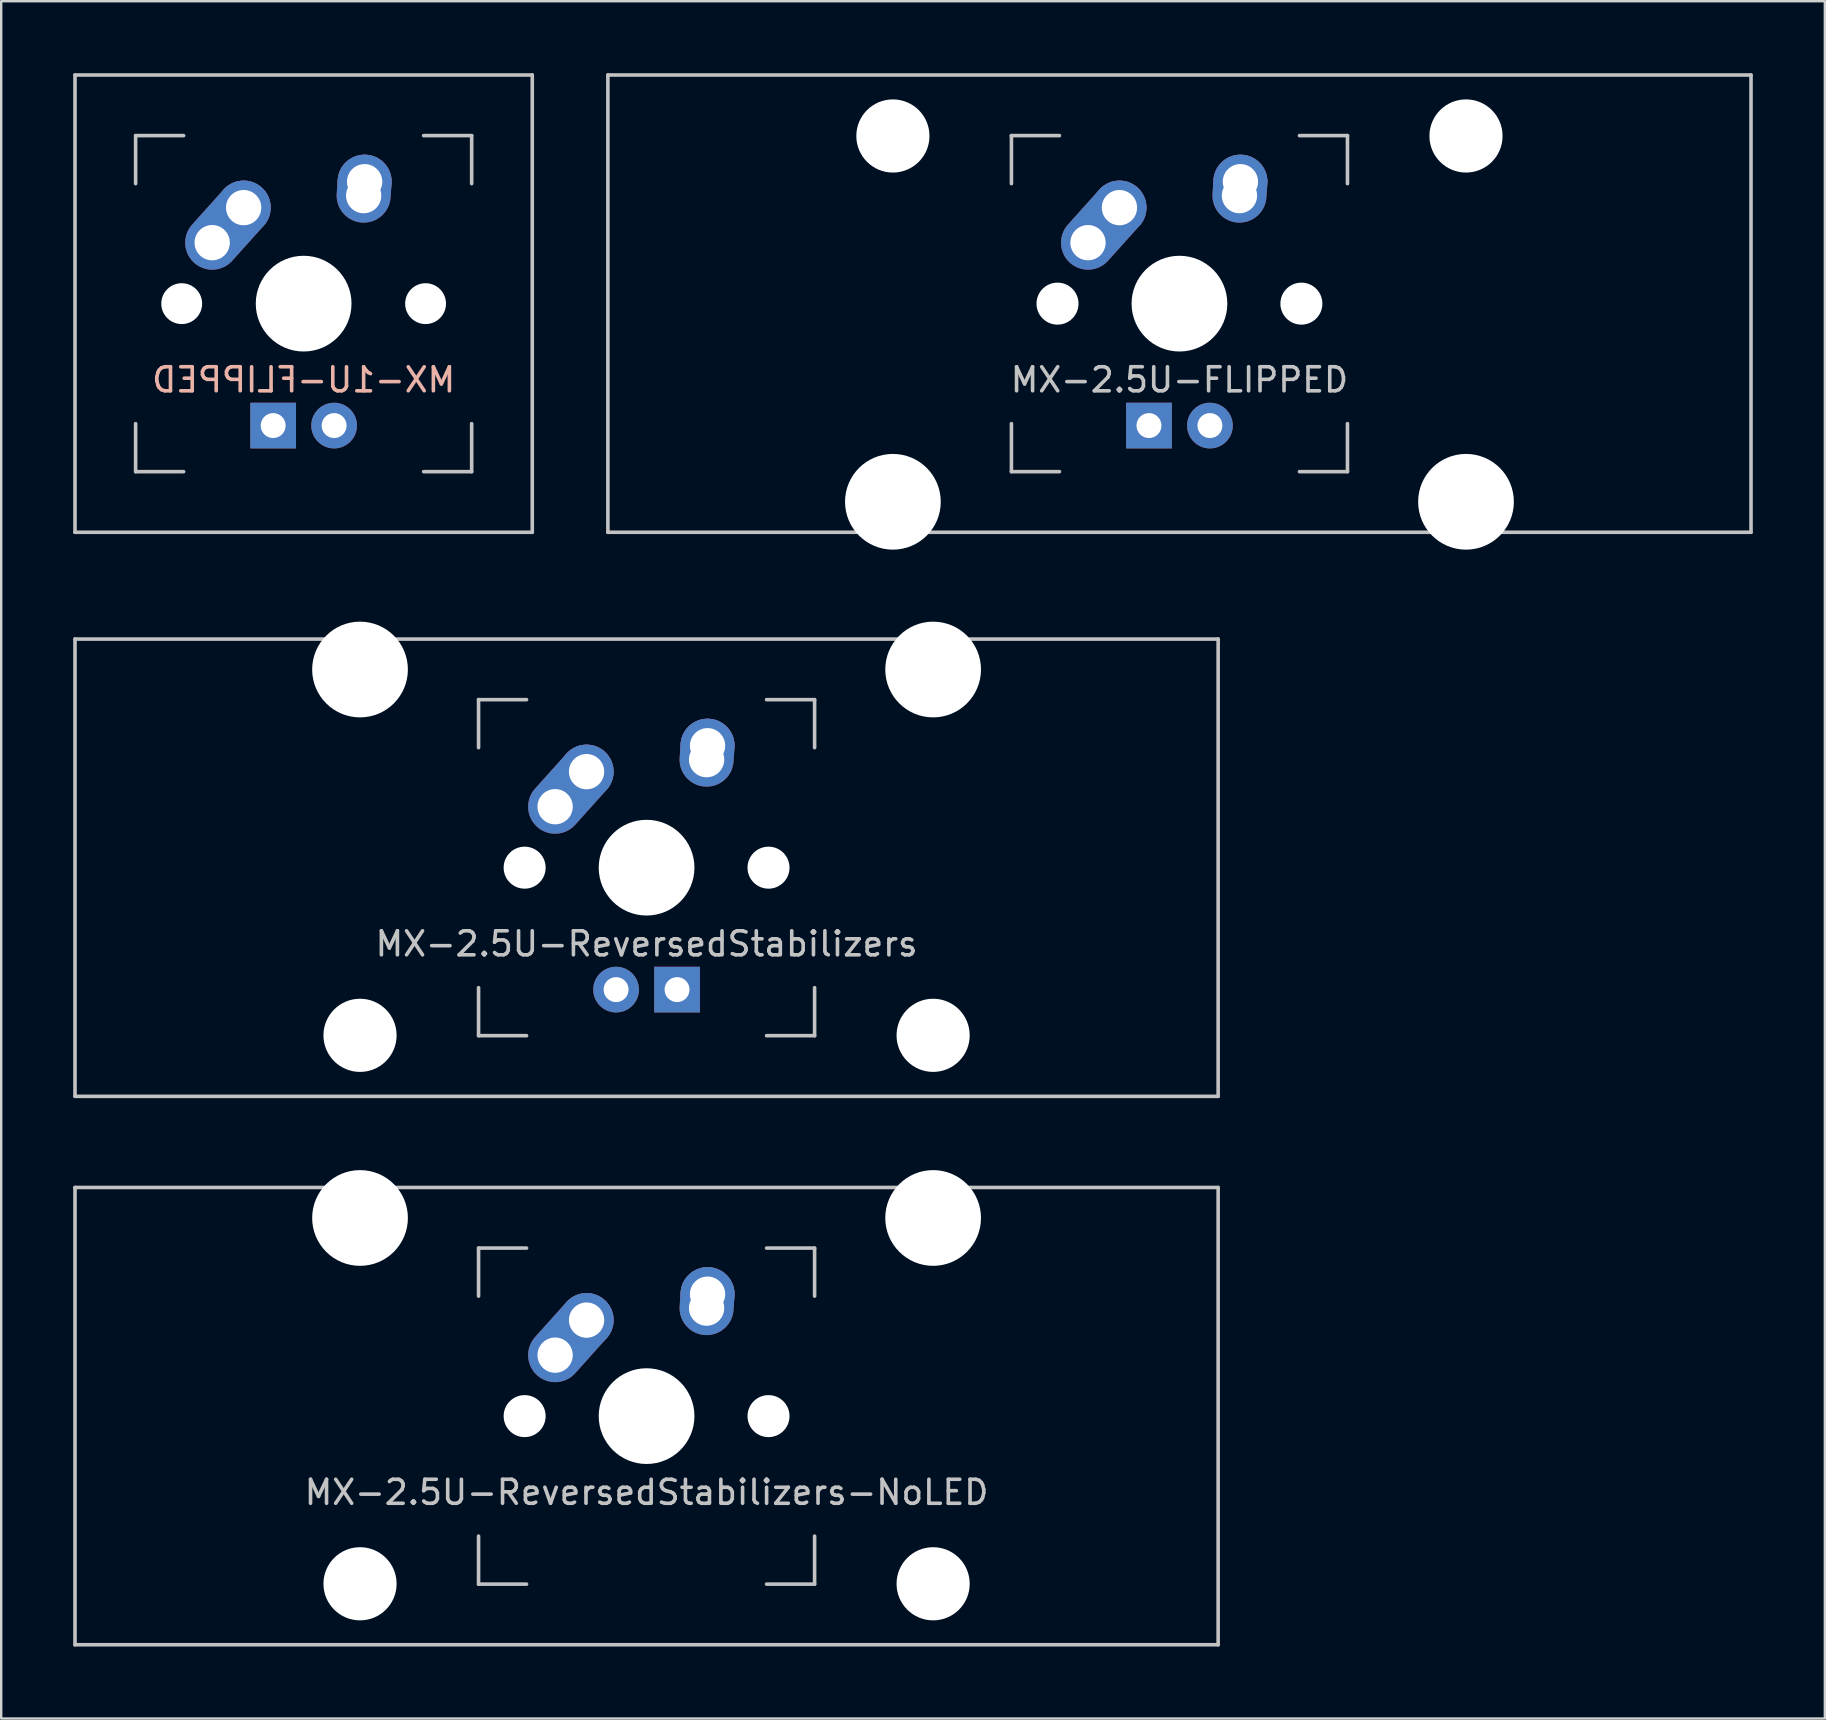
<source format=kicad_pcb>
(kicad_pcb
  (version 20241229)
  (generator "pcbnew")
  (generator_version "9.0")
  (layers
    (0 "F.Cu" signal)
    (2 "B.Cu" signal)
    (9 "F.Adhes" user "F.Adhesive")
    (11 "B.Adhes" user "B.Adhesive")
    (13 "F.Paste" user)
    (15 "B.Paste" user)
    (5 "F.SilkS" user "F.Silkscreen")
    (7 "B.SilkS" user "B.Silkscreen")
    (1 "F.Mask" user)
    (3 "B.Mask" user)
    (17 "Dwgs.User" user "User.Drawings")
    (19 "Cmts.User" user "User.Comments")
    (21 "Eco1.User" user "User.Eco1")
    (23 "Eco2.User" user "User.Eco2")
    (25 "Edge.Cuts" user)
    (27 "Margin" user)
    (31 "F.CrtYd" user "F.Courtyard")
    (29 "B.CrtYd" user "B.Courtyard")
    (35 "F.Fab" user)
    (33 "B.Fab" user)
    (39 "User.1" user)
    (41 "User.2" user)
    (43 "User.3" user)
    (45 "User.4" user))
  (footprint "MX-1U-FLIPPED"
    (layer "F.Cu")
    (at 9.6 9.6)
    (property "Reference" "MX-1U-FLIPPED" (at 0 3.175 0) (layer "B.SilkS") (effects (font (size 1 1) (thickness 0.15)) (justify mirror)))
    (attr through_hole)
    (fp_line (start -9.525 -9.525) (end 9.525 -9.525) (stroke (width 0.15) (type solid)) (layer "Dwgs.User"))
    (fp_line (start -9.525 9.525) (end -9.525 -9.525) (stroke (width 0.15) (type solid)) (layer "Dwgs.User"))
    (fp_line (start -7 -7) (end -7 -5) (stroke (width 0.15) (type solid)) (layer "Dwgs.User"))
    (fp_line (start -7 5) (end -7 7) (stroke (width 0.15) (type solid)) (layer "Dwgs.User"))
    (fp_line (start -7 7) (end -5 7) (stroke (width 0.15) (type solid)) (layer "Dwgs.User"))
    (fp_line (start -5 -7) (end -7 -7) (stroke (width 0.15) (type solid)) (layer "Dwgs.User"))
    (fp_line (start 5 -7) (end 7 -7) (stroke (width 0.15) (type solid)) (layer "Dwgs.User"))
    (fp_line (start 5 7) (end 7 7) (stroke (width 0.15) (type solid)) (layer "Dwgs.User"))
    (fp_line (start 7 -7) (end 7 -5) (stroke (width 0.15) (type solid)) (layer "Dwgs.User"))
    (fp_line (start 7 7) (end 7 5) (stroke (width 0.15) (type solid)) (layer "Dwgs.User"))
    (fp_line (start 9.525 -9.525) (end 9.525 9.525) (stroke (width 0.15) (type solid)) (layer "Dwgs.User"))
    (fp_line (start 9.525 9.525) (end -9.525 9.525) (stroke (width 0.15) (type solid)) (layer "Dwgs.User"))
    (pad "" np_thru_hole circle (at -5.08 0 48.1) (size 1.702 1.702) (drill 1.702) (layers "*.Cu" "*.Mask"))
    (pad "" np_thru_hole circle (at 0 0) (size 3.988 3.988) (drill 3.988) (layers "*.Cu" "*.Mask"))
    (pad "" np_thru_hole circle (at 5.08 0 48.1) (size 1.702 1.702) (drill 1.702) (layers "*.Cu" "*.Mask"))
    (pad "1" thru_hole oval (at -3.81 -2.54 48.1) (size 4.212 2.25) (drill 1.47 (offset 0.981 0)) (layers "*.Cu" "*.Mask"))
    (pad "1" thru_hole circle (at -2.5 -4) (size 2.25 2.25) (drill 1.47) (layers "*.Cu" "*.Mask"))
    (pad "2" thru_hole oval (at 2.5 -4.5 86.055) (size 2.831 2.25) (drill 1.47 (offset 0.291 0)) (layers "*.Cu" "*.Mask"))
    (pad "2" thru_hole circle (at 2.54 -5.08) (size 2.25 2.25) (drill 1.47) (layers "*.Cu" "*.Mask"))
    (pad "3" thru_hole circle (at 1.27 5.08) (size 1.905 1.905) (drill 1.04) (layers "*.Cu" "*.Mask"))
    (pad "4" thru_hole rect (at -1.27 5.08) (size 1.905 1.905) (drill 1.04) (layers "*.Cu" "*.Mask")))
  (footprint "MX-2.5U-ReversedStabilizers-NoLED"
    (layer "F.Cu")
    (at 23.887 55.947)
    (property "Reference" "MX-2.5U-ReversedStabilizers-NoLED" (at 0 3.175 0) (layer "Dwgs.User") (effects (font (size 1 1) (thickness 0.15))))
    (attr through_hole)
    (fp_line (start -23.812 -9.525) (end 23.812 -9.525) (stroke (width 0.15) (type solid)) (layer "Dwgs.User"))
    (fp_line (start -23.812 9.525) (end -23.812 -9.525) (stroke (width 0.15) (type solid)) (layer "Dwgs.User"))
    (fp_line (start -23.812 9.525) (end 23.812 9.525) (stroke (width 0.15) (type solid)) (layer "Dwgs.User"))
    (fp_line (start -7 -7) (end -7 -5) (stroke (width 0.15) (type solid)) (layer "Dwgs.User"))
    (fp_line (start -7 5) (end -7 7) (stroke (width 0.15) (type solid)) (layer "Dwgs.User"))
    (fp_line (start -7 7) (end -5 7) (stroke (width 0.15) (type solid)) (layer "Dwgs.User"))
    (fp_line (start -5 -7) (end -7 -7) (stroke (width 0.15) (type solid)) (layer "Dwgs.User"))
    (fp_line (start 5 -7) (end 7 -7) (stroke (width 0.15) (type solid)) (layer "Dwgs.User"))
    (fp_line (start 5 7) (end 7 7) (stroke (width 0.15) (type solid)) (layer "Dwgs.User"))
    (fp_line (start 7 -7) (end 7 -5) (stroke (width 0.15) (type solid)) (layer "Dwgs.User"))
    (fp_line (start 7 7) (end 7 5) (stroke (width 0.15) (type solid)) (layer "Dwgs.User"))
    (fp_line (start 23.812 -9.525) (end 23.812 9.525) (stroke (width 0.15) (type solid)) (layer "Dwgs.User"))
    (pad "" np_thru_hole circle (at -11.938 -8.255) (size 3.988 3.988) (drill 3.988) (layers "*.Cu" "*.Mask"))
    (pad "" np_thru_hole circle (at -11.938 6.985) (size 3.048 3.048) (drill 3.048) (layers "*.Cu" "*.Mask"))
    (pad "" np_thru_hole circle (at -5.08 0 48.1) (size 1.75 1.75) (drill 1.75) (layers "*.Cu" "*.Mask"))
    (pad "" np_thru_hole circle (at 0 0) (size 3.988 3.988) (drill 3.988) (layers "*.Cu" "*.Mask"))
    (pad "" np_thru_hole circle (at 5.08 0 48.1) (size 1.75 1.75) (drill 1.75) (layers "*.Cu" "*.Mask"))
    (pad "" np_thru_hole circle (at 11.938 -8.255) (size 3.988 3.988) (drill 3.988) (layers "*.Cu" "*.Mask"))
    (pad "" np_thru_hole circle (at 11.938 6.985) (size 3.048 3.048) (drill 3.048) (layers "*.Cu" "*.Mask"))
    (pad "1" thru_hole oval (at -3.81 -2.54 48.1) (size 4.212 2.25) (drill 1.47 (offset 0.981 0)) (layers "*.Cu" "B.Mask"))
    (pad "1" thru_hole circle (at -2.5 -4) (size 2.25 2.25) (drill 1.47) (layers "*.Cu" "B.Mask"))
    (pad "2" thru_hole oval (at 2.5 -4.5 86.055) (size 2.831 2.25) (drill 1.47 (offset 0.291 0)) (layers "*.Cu" "B.Mask"))
    (pad "2" thru_hole circle (at 2.54 -5.08) (size 2.25 2.25) (drill 1.47) (layers "*.Cu" "B.Mask")))
  (footprint "MX-2.5U-FLIPPED"
    (layer "F.Cu")
    (at 46.087 9.6)
    (property "Reference" "MX-2.5U-FLIPPED" (at 0 3.175 0) (layer "Dwgs.User") (effects (font (size 1 1) (thickness 0.15))))
    (attr through_hole)
    (fp_line (start -23.812 -9.525) (end 23.812 -9.525) (stroke (width 0.15) (type solid)) (layer "Dwgs.User"))
    (fp_line (start -23.812 9.525) (end -23.812 -9.525) (stroke (width 0.15) (type solid)) (layer "Dwgs.User"))
    (fp_line (start -23.812 9.525) (end 23.812 9.525) (stroke (width 0.15) (type solid)) (layer "Dwgs.User"))
    (fp_line (start -7 -7) (end -7 -5) (stroke (width 0.15) (type solid)) (layer "Dwgs.User"))
    (fp_line (start -7 5) (end -7 7) (stroke (width 0.15) (type solid)) (layer "Dwgs.User"))
    (fp_line (start -7 7) (end -5 7) (stroke (width 0.15) (type solid)) (layer "Dwgs.User"))
    (fp_line (start -5 -7) (end -7 -7) (stroke (width 0.15) (type solid)) (layer "Dwgs.User"))
    (fp_line (start 5 -7) (end 7 -7) (stroke (width 0.15) (type solid)) (layer "Dwgs.User"))
    (fp_line (start 5 7) (end 7 7) (stroke (width 0.15) (type solid)) (layer "Dwgs.User"))
    (fp_line (start 7 -7) (end 7 -5) (stroke (width 0.15) (type solid)) (layer "Dwgs.User"))
    (fp_line (start 7 7) (end 7 5) (stroke (width 0.15) (type solid)) (layer "Dwgs.User"))
    (fp_line (start 23.812 -9.525) (end 23.812 9.525) (stroke (width 0.15) (type solid)) (layer "Dwgs.User"))
    (pad "" np_thru_hole circle (at -11.938 -6.985) (size 3.048 3.048) (drill 3.048) (layers "*.Cu" "*.Mask"))
    (pad "" np_thru_hole circle (at -11.938 8.255) (size 3.988 3.988) (drill 3.988) (layers "*.Cu" "*.Mask"))
    (pad "" np_thru_hole circle (at -5.08 0 48.1) (size 1.75 1.75) (drill 1.75) (layers "*.Cu" "*.Mask"))
    (pad "" np_thru_hole circle (at 0 0) (size 3.988 3.988) (drill 3.988) (layers "*.Cu" "*.Mask"))
    (pad "" np_thru_hole circle (at 5.08 0 48.1) (size 1.75 1.75) (drill 1.75) (layers "*.Cu" "*.Mask"))
    (pad "" np_thru_hole circle (at 11.938 -6.985) (size 3.048 3.048) (drill 3.048) (layers "*.Cu" "*.Mask"))
    (pad "" np_thru_hole circle (at 11.938 8.255) (size 3.988 3.988) (drill 3.988) (layers "*.Cu" "*.Mask"))
    (pad "1" thru_hole oval (at -3.81 -2.54 48.1) (size 4.212 2.25) (drill 1.47 (offset 0.981 0)) (layers "*.Cu" "B.Mask"))
    (pad "1" thru_hole circle (at -2.5 -4) (size 2.25 2.25) (drill 1.47) (layers "*.Cu" "B.Mask"))
    (pad "2" thru_hole oval (at 2.5 -4.5 86.055) (size 2.831 2.25) (drill 1.47 (offset 0.291 0)) (layers "*.Cu" "B.Mask"))
    (pad "2" thru_hole circle (at 2.54 -5.08) (size 2.25 2.25) (drill 1.47) (layers "*.Cu" "B.Mask"))
    (pad "3" thru_hole circle (at 1.27 5.08) (size 1.905 1.905) (drill 1.04) (layers "*.Cu" "B.Mask"))
    (pad "4" thru_hole rect (at -1.27 5.08) (size 1.905 1.905) (drill 1.04) (layers "*.Cu" "B.Mask")))
  (footprint "MX-2.5U-ReversedStabilizers"
    (layer "F.Cu")
    (at 23.887 33.098)
    (property "Reference" "MX-2.5U-ReversedStabilizers" (at 0 3.175 0) (layer "Dwgs.User") (effects (font (size 1 1) (thickness 0.15))))
    (attr through_hole)
    (fp_line (start -23.812 -9.525) (end 23.812 -9.525) (stroke (width 0.15) (type solid)) (layer "Dwgs.User"))
    (fp_line (start -23.812 9.525) (end -23.812 -9.525) (stroke (width 0.15) (type solid)) (layer "Dwgs.User"))
    (fp_line (start -23.812 9.525) (end 23.812 9.525) (stroke (width 0.15) (type solid)) (layer "Dwgs.User"))
    (fp_line (start -7 -7) (end -7 -5) (stroke (width 0.15) (type solid)) (layer "Dwgs.User"))
    (fp_line (start -7 5) (end -7 7) (stroke (width 0.15) (type solid)) (layer "Dwgs.User"))
    (fp_line (start -7 7) (end -5 7) (stroke (width 0.15) (type solid)) (layer "Dwgs.User"))
    (fp_line (start -5 -7) (end -7 -7) (stroke (width 0.15) (type solid)) (layer "Dwgs.User"))
    (fp_line (start 5 -7) (end 7 -7) (stroke (width 0.15) (type solid)) (layer "Dwgs.User"))
    (fp_line (start 5 7) (end 7 7) (stroke (width 0.15) (type solid)) (layer "Dwgs.User"))
    (fp_line (start 7 -7) (end 7 -5) (stroke (width 0.15) (type solid)) (layer "Dwgs.User"))
    (fp_line (start 7 7) (end 7 5) (stroke (width 0.15) (type solid)) (layer "Dwgs.User"))
    (fp_line (start 23.812 -9.525) (end 23.812 9.525) (stroke (width 0.15) (type solid)) (layer "Dwgs.User"))
    (pad "" np_thru_hole circle (at -11.938 -8.255) (size 3.988 3.988) (drill 3.988) (layers "*.Cu" "*.Mask"))
    (pad "" np_thru_hole circle (at -11.938 6.985) (size 3.048 3.048) (drill 3.048) (layers "*.Cu" "*.Mask"))
    (pad "" np_thru_hole circle (at -5.08 0 48.1) (size 1.75 1.75) (drill 1.75) (layers "*.Cu" "*.Mask"))
    (pad "" np_thru_hole circle (at 0 0) (size 3.988 3.988) (drill 3.988) (layers "*.Cu" "*.Mask"))
    (pad "" np_thru_hole circle (at 5.08 0 48.1) (size 1.75 1.75) (drill 1.75) (layers "*.Cu" "*.Mask"))
    (pad "" np_thru_hole circle (at 11.938 -8.255) (size 3.988 3.988) (drill 3.988) (layers "*.Cu" "*.Mask"))
    (pad "" np_thru_hole circle (at 11.938 6.985) (size 3.048 3.048) (drill 3.048) (layers "*.Cu" "*.Mask"))
    (pad "1" thru_hole oval (at -3.81 -2.54 48.1) (size 4.212 2.25) (drill 1.47 (offset 0.981 0)) (layers "*.Cu" "B.Mask"))
    (pad "1" thru_hole circle (at -2.5 -4) (size 2.25 2.25) (drill 1.47) (layers "*.Cu" "B.Mask"))
    (pad "2" thru_hole oval (at 2.5 -4.5 86.055) (size 2.831 2.25) (drill 1.47 (offset 0.291 0)) (layers "*.Cu" "B.Mask"))
    (pad "2" thru_hole circle (at 2.54 -5.08) (size 2.25 2.25) (drill 1.47) (layers "*.Cu" "B.Mask"))
    (pad "3" thru_hole circle (at -1.27 5.08) (size 1.905 1.905) (drill 1.04) (layers "*.Cu" "B.Mask"))
    (pad "4" thru_hole rect (at 1.27 5.08) (size 1.905 1.905) (drill 1.04) (layers "*.Cu" "B.Mask")))
  (gr_rect
    (start -3 -3)
    (end 72.975 68.547)
    (stroke (width 0.1) (type default))
    (fill no)
    (layer "Edge.Cuts")))
</source>
